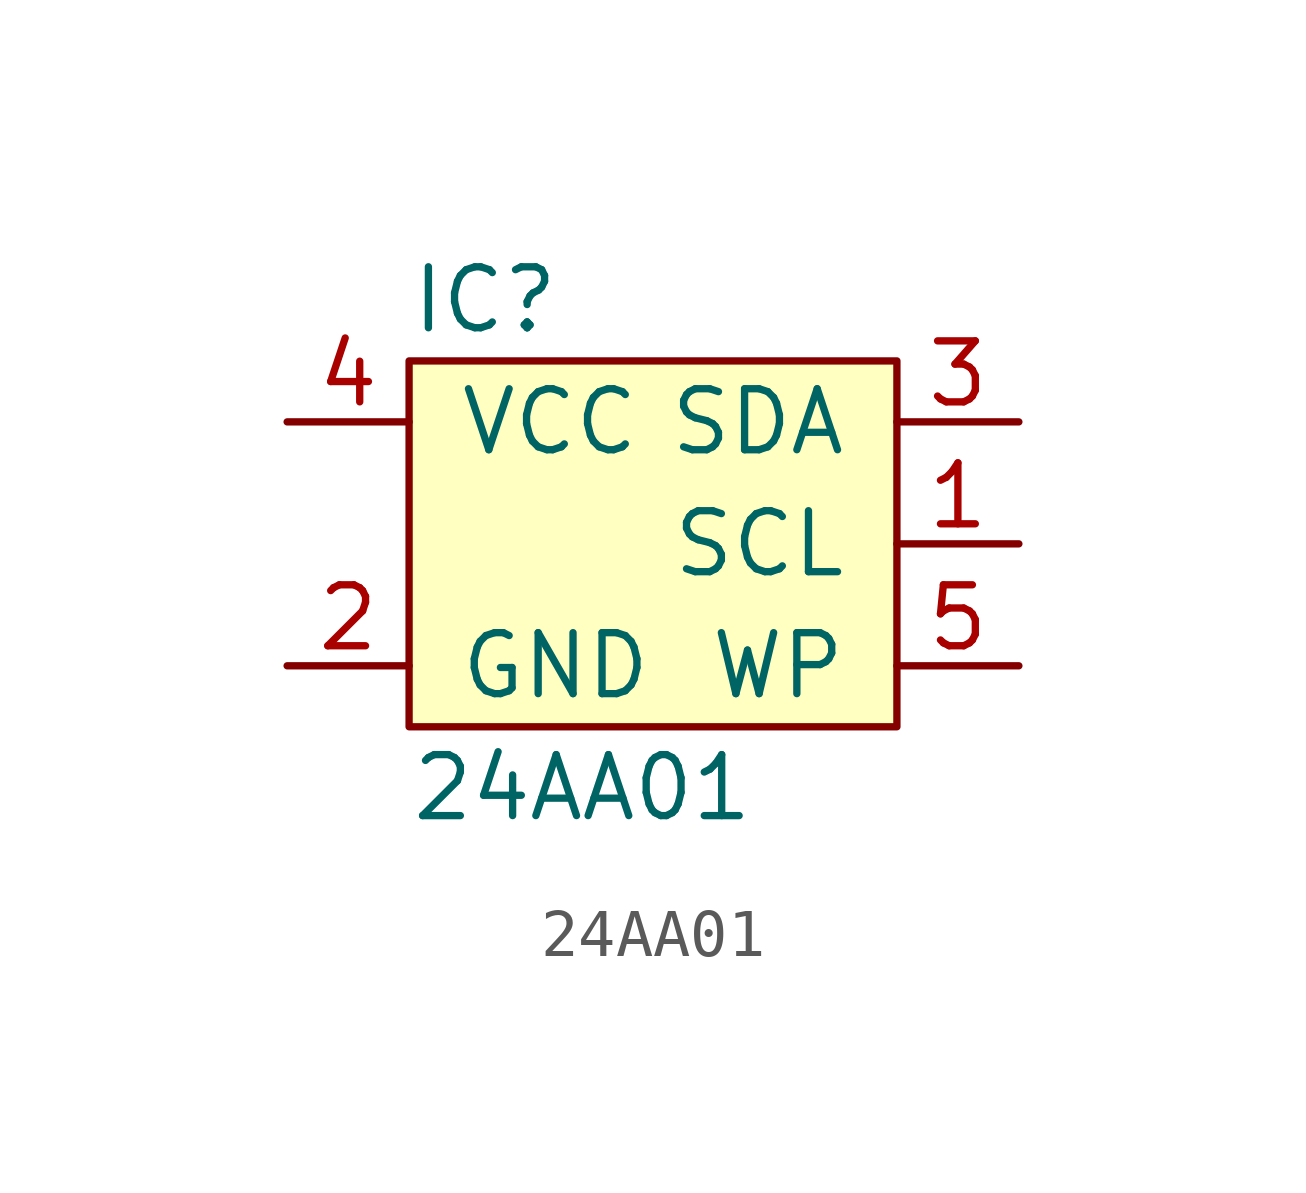
<source format=kicad_sym>
(kicad_symbol_lib
  (version 20211014)
  (generator agg_kicad.build_lib_ic)
  (symbol "24AA01"
    (pin_names
      (offset 1.016))
    (property Reference IC
      (at -5.08 5.08 0)
      (effects (font (size 1.27 1.27)) (justify left)))
    (property Value "24AA01"
      (at -5.08 -5.08 0)
      (effects (font (size 1.27 1.27)) (justify left)))
    (symbol "24AA01_0_0"
      (rectangle (start -5.08 3.81) (end 5.08 -3.81) (stroke (width 0) (type default) (color 0 0 0 0)) (fill (type background)))
      (pin power_in line (at -7.62 2.54 0) (length 2.54) (name VCC (effects (font (size 1.27 1.27)))) (number "4" (effects (font (size 1.27 1.27)))))
      (pin power_in line (at -7.62 -2.54 0) (length 2.54) (name GND (effects (font (size 1.27 1.27)))) (number "2" (effects (font (size 1.27 1.27)))))
      (pin tri_state line (at 7.62 2.54 180) (length 2.54) (name SDA (effects (font (size 1.27 1.27)))) (number "3" (effects (font (size 1.27 1.27)))))
      (pin tri_state line (at 7.62 0 180) (length 2.54) (name SCL (effects (font (size 1.27 1.27)))) (number "1" (effects (font (size 1.27 1.27)))))
      (pin input line (at 7.62 -2.54 180) (length 2.54) (name WP (effects (font (size 1.27 1.27)))) (number "5" (effects (font (size 1.27 1.27))))))))
</source>
